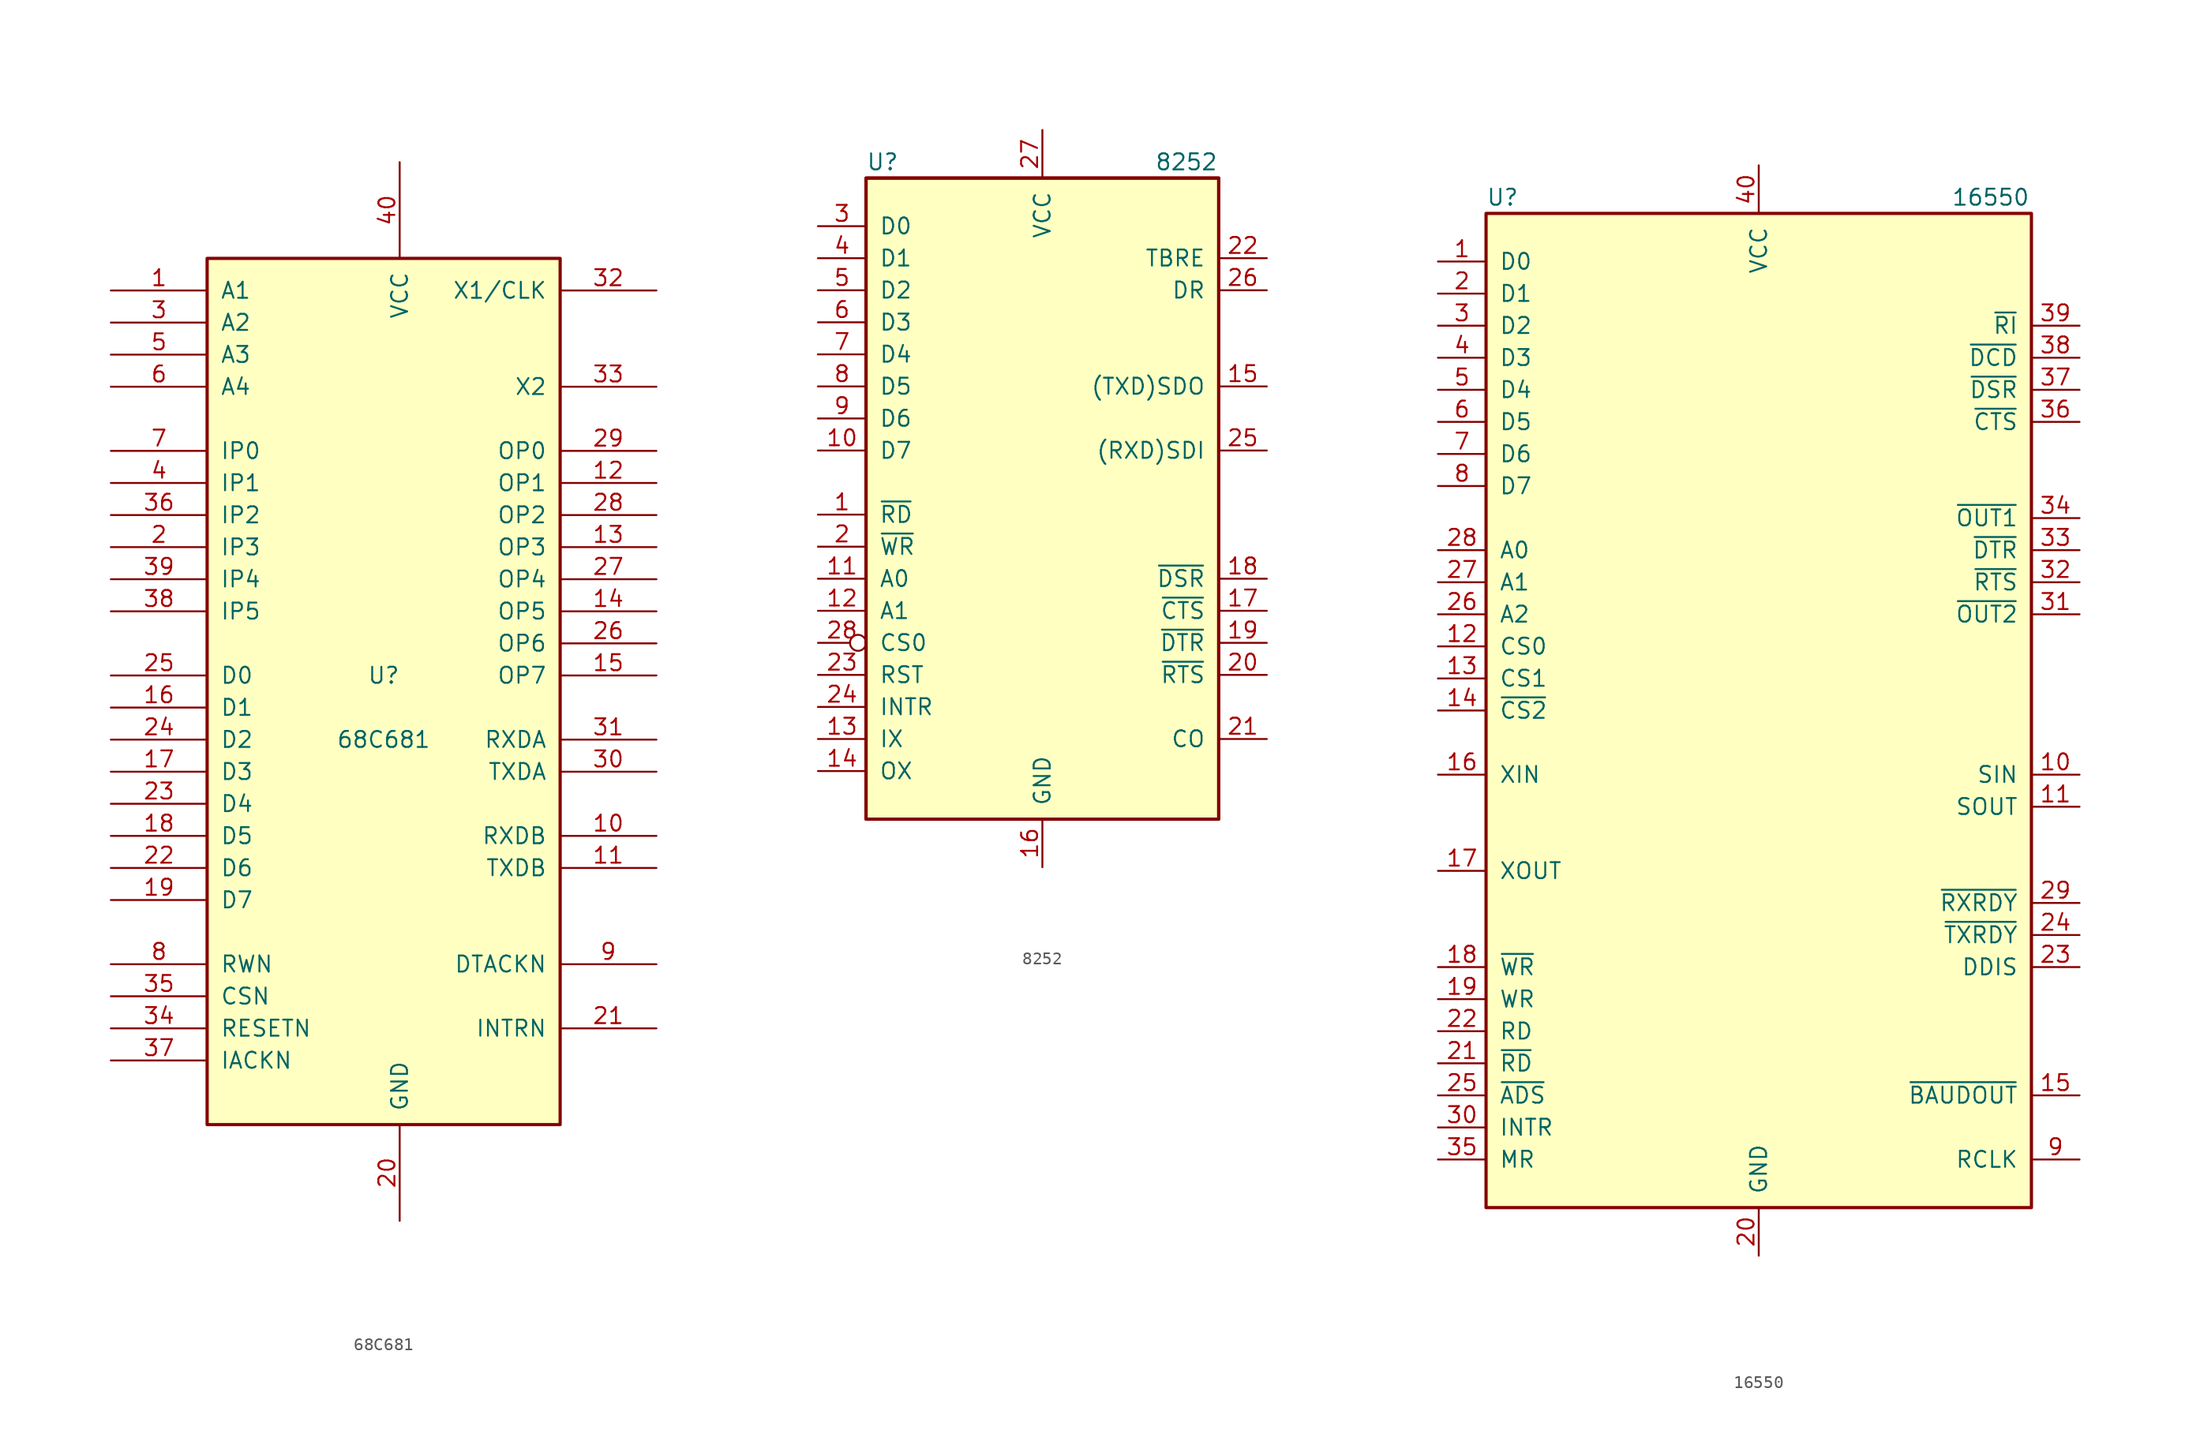
<source format=kicad_sym>
(kicad_symbol_lib
  (version 20201005)
  (generator kicad_symbol_editor)
  (symbol "68C681"
    (pin_names
      (offset 1.016))
    (property "Reference" "U"
      (at -1.27 2.54 0)
      (effects (font (size 1.27 1.27))))
    (property "Value" "68C681"
      (at -1.27 -2.54 0)
      (effects (font (size 1.27 1.27))))
    (symbol "68C681_0_1"
      (rectangle (start -15.24 -33.02) (end 12.7 35.56) (stroke (width 0.254)) (fill (type background))))
    (symbol "68C681_1_1"
      (pin input line (at -22.86 33.02 0) (length 7.62) (name "A1" (effects (font (size 1.27 1.27)))) (number "1" (effects (font (size 1.27 1.27)))))
      (pin input line (at 20.32 -10.16 180) (length 7.62) (name "RXDB" (effects (font (size 1.27 1.27)))) (number "10" (effects (font (size 1.27 1.27)))))
      (pin output line (at 20.32 -12.7 180) (length 7.62) (name "TXDB" (effects (font (size 1.27 1.27)))) (number "11" (effects (font (size 1.27 1.27)))))
      (pin output line (at 20.32 17.78 180) (length 7.62) (name "OP1" (effects (font (size 1.27 1.27)))) (number "12" (effects (font (size 1.27 1.27)))))
      (pin output line (at 20.32 12.7 180) (length 7.62) (name "OP3" (effects (font (size 1.27 1.27)))) (number "13" (effects (font (size 1.27 1.27)))))
      (pin output line (at 20.32 7.62 180) (length 7.62) (name "OP5" (effects (font (size 1.27 1.27)))) (number "14" (effects (font (size 1.27 1.27)))))
      (pin output line (at 20.32 2.54 180) (length 7.62) (name "OP7" (effects (font (size 1.27 1.27)))) (number "15" (effects (font (size 1.27 1.27)))))
      (pin input line (at -22.86 0 0) (length 7.62) (name "D1" (effects (font (size 1.27 1.27)))) (number "16" (effects (font (size 1.27 1.27)))))
      (pin input line (at -22.86 -5.08 0) (length 7.62) (name "D3" (effects (font (size 1.27 1.27)))) (number "17" (effects (font (size 1.27 1.27)))))
      (pin input line (at -22.86 -10.16 0) (length 7.62) (name "D5" (effects (font (size 1.27 1.27)))) (number "18" (effects (font (size 1.27 1.27)))))
      (pin input line (at -22.86 -15.24 0) (length 7.62) (name "D7" (effects (font (size 1.27 1.27)))) (number "19" (effects (font (size 1.27 1.27)))))
      (pin input line (at -22.86 12.7 0) (length 7.62) (name "IP3" (effects (font (size 1.27 1.27)))) (number "2" (effects (font (size 1.27 1.27)))))
      (pin power_in line (at 0 -40.64 90) (length 7.62) (name "GND" (effects (font (size 1.27 1.27)))) (number "20" (effects (font (size 1.27 1.27)))))
      (pin output line (at 20.32 -25.4 180) (length 7.62) (name "INTRN" (effects (font (size 1.27 1.27)))) (number "21" (effects (font (size 1.27 1.27)))))
      (pin input line (at -22.86 -12.7 0) (length 7.62) (name "D6" (effects (font (size 1.27 1.27)))) (number "22" (effects (font (size 1.27 1.27)))))
      (pin input line (at -22.86 -7.62 0) (length 7.62) (name "D4" (effects (font (size 1.27 1.27)))) (number "23" (effects (font (size 1.27 1.27)))))
      (pin input line (at -22.86 -2.54 0) (length 7.62) (name "D2" (effects (font (size 1.27 1.27)))) (number "24" (effects (font (size 1.27 1.27)))))
      (pin input line (at -22.86 2.54 0) (length 7.62) (name "D0" (effects (font (size 1.27 1.27)))) (number "25" (effects (font (size 1.27 1.27)))))
      (pin output line (at 20.32 5.08 180) (length 7.62) (name "OP6" (effects (font (size 1.27 1.27)))) (number "26" (effects (font (size 1.27 1.27)))))
      (pin output line (at 20.32 10.16 180) (length 7.62) (name "OP4" (effects (font (size 1.27 1.27)))) (number "27" (effects (font (size 1.27 1.27)))))
      (pin output line (at 20.32 15.24 180) (length 7.62) (name "OP2" (effects (font (size 1.27 1.27)))) (number "28" (effects (font (size 1.27 1.27)))))
      (pin output line (at 20.32 20.32 180) (length 7.62) (name "OP0" (effects (font (size 1.27 1.27)))) (number "29" (effects (font (size 1.27 1.27)))))
      (pin input line (at -22.86 30.48 0) (length 7.62) (name "A2" (effects (font (size 1.27 1.27)))) (number "3" (effects (font (size 1.27 1.27)))))
      (pin output line (at 20.32 -5.08 180) (length 7.62) (name "TXDA" (effects (font (size 1.27 1.27)))) (number "30" (effects (font (size 1.27 1.27)))))
      (pin input line (at 20.32 -2.54 180) (length 7.62) (name "RXDA" (effects (font (size 1.27 1.27)))) (number "31" (effects (font (size 1.27 1.27)))))
      (pin input line (at 20.32 33.02 180) (length 7.62) (name "X1/CLK" (effects (font (size 1.27 1.27)))) (number "32" (effects (font (size 1.27 1.27)))))
      (pin output line (at 20.32 25.4 180) (length 7.62) (name "X2" (effects (font (size 1.27 1.27)))) (number "33" (effects (font (size 1.27 1.27)))))
      (pin input line (at -22.86 -25.4 0) (length 7.62) (name "RESETN" (effects (font (size 1.27 1.27)))) (number "34" (effects (font (size 1.27 1.27)))))
      (pin input line (at -22.86 -22.86 0) (length 7.62) (name "CSN" (effects (font (size 1.27 1.27)))) (number "35" (effects (font (size 1.27 1.27)))))
      (pin input line (at -22.86 15.24 0) (length 7.62) (name "IP2" (effects (font (size 1.27 1.27)))) (number "36" (effects (font (size 1.27 1.27)))))
      (pin input line (at -22.86 -27.94 0) (length 7.62) (name "IACKN" (effects (font (size 1.27 1.27)))) (number "37" (effects (font (size 1.27 1.27)))))
      (pin input line (at -22.86 7.62 0) (length 7.62) (name "IP5" (effects (font (size 1.27 1.27)))) (number "38" (effects (font (size 1.27 1.27)))))
      (pin input line (at -22.86 10.16 0) (length 7.62) (name "IP4" (effects (font (size 1.27 1.27)))) (number "39" (effects (font (size 1.27 1.27)))))
      (pin input line (at -22.86 17.78 0) (length 7.62) (name "IP1" (effects (font (size 1.27 1.27)))) (number "4" (effects (font (size 1.27 1.27)))))
      (pin power_in line (at 0 43.18 270) (length 7.62) (name "VCC" (effects (font (size 1.27 1.27)))) (number "40" (effects (font (size 1.27 1.27)))))
      (pin input line (at -22.86 27.94 0) (length 7.62) (name "A3" (effects (font (size 1.27 1.27)))) (number "5" (effects (font (size 1.27 1.27)))))
      (pin input line (at -22.86 25.4 0) (length 7.62) (name "A4" (effects (font (size 1.27 1.27)))) (number "6" (effects (font (size 1.27 1.27)))))
      (pin input line (at -22.86 20.32 0) (length 7.62) (name "IP0" (effects (font (size 1.27 1.27)))) (number "7" (effects (font (size 1.27 1.27)))))
      (pin input line (at -22.86 -20.32 0) (length 7.62) (name "RWN" (effects (font (size 1.27 1.27)))) (number "8" (effects (font (size 1.27 1.27)))))
      (pin output line (at 20.32 -20.32 180) (length 7.62) (name "DTACKN" (effects (font (size 1.27 1.27)))) (number "9" (effects (font (size 1.27 1.27)))))))
  (symbol "8252"
    (pin_names
      (offset 1.016))
    (property "Reference" "U"
      (at -13.97 25.4 0)
      (effects (font (size 1.27 1.27)) (justify left)))
    (property "Value" "8252"
      (at 8.89 25.4 0)
      (effects (font (size 1.27 1.27)) (justify left)))
    (symbol "8252_0_1"
      (rectangle (start -13.97 -26.67) (end 13.97 24.13) (stroke (width 0.254)) (fill (type background)))
      (rectangle (start -13.97 -26.67) (end 13.97 24.13) (stroke (width 0.254)) (fill (type background))))
    (symbol "8252_1_1"
      (pin input line (at -17.78 -2.54 0) (length 3.81) (name "~RD~" (effects (font (size 1.27 1.27)))) (number "1" (effects (font (size 1.27 1.27)))))
      (pin bidirectional line (at -17.78 2.54 0) (length 3.81) (name "D7" (effects (font (size 1.27 1.27)))) (number "10" (effects (font (size 1.27 1.27)))))
      (pin input line (at -17.78 -7.62 0) (length 3.81) (name "A0" (effects (font (size 1.27 1.27)))) (number "11" (effects (font (size 1.27 1.27)))))
      (pin input line (at -17.78 -10.16 0) (length 3.81) (name "A1" (effects (font (size 1.27 1.27)))) (number "12" (effects (font (size 1.27 1.27)))))
      (pin input line (at -17.78 -20.32 0) (length 3.81) (name "IX" (effects (font (size 1.27 1.27)))) (number "13" (effects (font (size 1.27 1.27)))))
      (pin output line (at -17.78 -22.86 0) (length 3.81) (name "OX" (effects (font (size 1.27 1.27)))) (number "14" (effects (font (size 1.27 1.27)))))
      (pin output line (at 17.78 7.62 180) (length 3.81) (name "(TXD)SDO" (effects (font (size 1.27 1.27)))) (number "15" (effects (font (size 1.27 1.27)))))
      (pin power_in line (at 0 -30.48 90) (length 3.81) (name "GND" (effects (font (size 1.27 1.27)))) (number "16" (effects (font (size 1.27 1.27)))))
      (pin input line (at 17.78 -10.16 180) (length 3.81) (name "~CTS~" (effects (font (size 1.27 1.27)))) (number "17" (effects (font (size 1.27 1.27)))))
      (pin input line (at 17.78 -7.62 180) (length 3.81) (name "~DSR~" (effects (font (size 1.27 1.27)))) (number "18" (effects (font (size 1.27 1.27)))))
      (pin output line (at 17.78 -12.7 180) (length 3.81) (name "~DTR~" (effects (font (size 1.27 1.27)))) (number "19" (effects (font (size 1.27 1.27)))))
      (pin input line (at -17.78 -5.08 0) (length 3.81) (name "~WR~" (effects (font (size 1.27 1.27)))) (number "2" (effects (font (size 1.27 1.27)))))
      (pin output line (at 17.78 -15.24 180) (length 3.81) (name "~RTS~" (effects (font (size 1.27 1.27)))) (number "20" (effects (font (size 1.27 1.27)))))
      (pin output line (at 17.78 -20.32 180) (length 3.81) (name "CO" (effects (font (size 1.27 1.27)))) (number "21" (effects (font (size 1.27 1.27)))))
      (pin output line (at 17.78 17.78 180) (length 3.81) (name "TBRE" (effects (font (size 1.27 1.27)))) (number "22" (effects (font (size 1.27 1.27)))))
      (pin input line (at -17.78 -15.24 0) (length 3.81) (name "RST" (effects (font (size 1.27 1.27)))) (number "23" (effects (font (size 1.27 1.27)))))
      (pin output line (at -17.78 -17.78 0) (length 3.81) (name "INTR" (effects (font (size 1.27 1.27)))) (number "24" (effects (font (size 1.27 1.27)))))
      (pin input line (at 17.78 2.54 180) (length 3.81) (name "(RXD)SDI" (effects (font (size 1.27 1.27)))) (number "25" (effects (font (size 1.27 1.27)))))
      (pin output line (at 17.78 15.24 180) (length 3.81) (name "DR" (effects (font (size 1.27 1.27)))) (number "26" (effects (font (size 1.27 1.27)))))
      (pin power_in line (at 0 27.94 270) (length 3.81) (name "VCC" (effects (font (size 1.27 1.27)))) (number "27" (effects (font (size 1.27 1.27)))))
      (pin input inverted (at -17.78 -12.7 0) (length 3.81) (name "CS0" (effects (font (size 1.27 1.27)))) (number "28" (effects (font (size 1.27 1.27)))))
      (pin bidirectional line (at -17.78 20.32 0) (length 3.81) (name "D0" (effects (font (size 1.27 1.27)))) (number "3" (effects (font (size 1.27 1.27)))))
      (pin bidirectional line (at -17.78 17.78 0) (length 3.81) (name "D1" (effects (font (size 1.27 1.27)))) (number "4" (effects (font (size 1.27 1.27)))))
      (pin bidirectional line (at -17.78 15.24 0) (length 3.81) (name "D2" (effects (font (size 1.27 1.27)))) (number "5" (effects (font (size 1.27 1.27)))))
      (pin bidirectional line (at -17.78 12.7 0) (length 3.81) (name "D3" (effects (font (size 1.27 1.27)))) (number "6" (effects (font (size 1.27 1.27)))))
      (pin bidirectional line (at -17.78 10.16 0) (length 3.81) (name "D4" (effects (font (size 1.27 1.27)))) (number "7" (effects (font (size 1.27 1.27)))))
      (pin bidirectional line (at -17.78 7.62 0) (length 3.81) (name "D5" (effects (font (size 1.27 1.27)))) (number "8" (effects (font (size 1.27 1.27)))))
      (pin bidirectional line (at -17.78 5.08 0) (length 3.81) (name "D6" (effects (font (size 1.27 1.27)))) (number "9" (effects (font (size 1.27 1.27)))))))
  (symbol "16550"
    (pin_names
      (offset 1.016))
    (property "Reference" "U"
      (at -21.59 40.64 0)
      (effects (font (size 1.27 1.27)) (justify left)))
    (property "Value" "16550"
      (at 15.24 40.64 0)
      (effects (font (size 1.27 1.27)) (justify left)))
    (symbol "16550_0_1"
      (rectangle (start -21.59 -39.37) (end 21.59 39.37) (stroke (width 0.254)) (fill (type background))))
    (symbol "16550_1_1"
      (pin bidirectional line (at -25.4 35.56 0) (length 3.81) (name "D0" (effects (font (size 1.27 1.27)))) (number "1" (effects (font (size 1.27 1.27)))))
      (pin input line (at 25.4 -5.08 180) (length 3.81) (name "SIN" (effects (font (size 1.27 1.27)))) (number "10" (effects (font (size 1.27 1.27)))))
      (pin output line (at 25.4 -7.62 180) (length 3.81) (name "SOUT" (effects (font (size 1.27 1.27)))) (number "11" (effects (font (size 1.27 1.27)))))
      (pin input line (at -25.4 5.08 0) (length 3.81) (name "CS0" (effects (font (size 1.27 1.27)))) (number "12" (effects (font (size 1.27 1.27)))))
      (pin input line (at -25.4 2.54 0) (length 3.81) (name "CS1" (effects (font (size 1.27 1.27)))) (number "13" (effects (font (size 1.27 1.27)))))
      (pin input line (at -25.4 0 0) (length 3.81) (name "~CS2~" (effects (font (size 1.27 1.27)))) (number "14" (effects (font (size 1.27 1.27)))))
      (pin output line (at 25.4 -30.48 180) (length 3.81) (name "~BAUDOUT~" (effects (font (size 1.27 1.27)))) (number "15" (effects (font (size 1.27 1.27)))))
      (pin input line (at -25.4 -5.08 0) (length 3.81) (name "XIN" (effects (font (size 1.27 1.27)))) (number "16" (effects (font (size 1.27 1.27)))))
      (pin output line (at -25.4 -12.7 0) (length 3.81) (name "XOUT" (effects (font (size 1.27 1.27)))) (number "17" (effects (font (size 1.27 1.27)))))
      (pin input line (at -25.4 -20.32 0) (length 3.81) (name "~WR~" (effects (font (size 1.27 1.27)))) (number "18" (effects (font (size 1.27 1.27)))))
      (pin input line (at -25.4 -22.86 0) (length 3.81) (name "WR" (effects (font (size 1.27 1.27)))) (number "19" (effects (font (size 1.27 1.27)))))
      (pin bidirectional line (at -25.4 33.02 0) (length 3.81) (name "D1" (effects (font (size 1.27 1.27)))) (number "2" (effects (font (size 1.27 1.27)))))
      (pin power_in line (at 0 -43.18 90) (length 3.81) (name "GND" (effects (font (size 1.27 1.27)))) (number "20" (effects (font (size 1.27 1.27)))))
      (pin input line (at -25.4 -27.94 0) (length 3.81) (name "~RD~" (effects (font (size 1.27 1.27)))) (number "21" (effects (font (size 1.27 1.27)))))
      (pin input line (at -25.4 -25.4 0) (length 3.81) (name "RD" (effects (font (size 1.27 1.27)))) (number "22" (effects (font (size 1.27 1.27)))))
      (pin output line (at 25.4 -20.32 180) (length 3.81) (name "DDIS" (effects (font (size 1.27 1.27)))) (number "23" (effects (font (size 1.27 1.27)))))
      (pin output line (at 25.4 -17.78 180) (length 3.81) (name "~TXRDY~" (effects (font (size 1.27 1.27)))) (number "24" (effects (font (size 1.27 1.27)))))
      (pin input line (at -25.4 -30.48 0) (length 3.81) (name "~ADS~" (effects (font (size 1.27 1.27)))) (number "25" (effects (font (size 1.27 1.27)))))
      (pin input line (at -25.4 7.62 0) (length 3.81) (name "A2" (effects (font (size 1.27 1.27)))) (number "26" (effects (font (size 1.27 1.27)))))
      (pin input line (at -25.4 10.16 0) (length 3.81) (name "A1" (effects (font (size 1.27 1.27)))) (number "27" (effects (font (size 1.27 1.27)))))
      (pin input line (at -25.4 12.7 0) (length 3.81) (name "A0" (effects (font (size 1.27 1.27)))) (number "28" (effects (font (size 1.27 1.27)))))
      (pin output line (at 25.4 -15.24 180) (length 3.81) (name "~RXRDY~" (effects (font (size 1.27 1.27)))) (number "29" (effects (font (size 1.27 1.27)))))
      (pin bidirectional line (at -25.4 30.48 0) (length 3.81) (name "D2" (effects (font (size 1.27 1.27)))) (number "3" (effects (font (size 1.27 1.27)))))
      (pin output line (at -25.4 -33.02 0) (length 3.81) (name "INTR" (effects (font (size 1.27 1.27)))) (number "30" (effects (font (size 1.27 1.27)))))
      (pin output line (at 25.4 7.62 180) (length 3.81) (name "~OUT2~" (effects (font (size 1.27 1.27)))) (number "31" (effects (font (size 1.27 1.27)))))
      (pin output line (at 25.4 10.16 180) (length 3.81) (name "~RTS~" (effects (font (size 1.27 1.27)))) (number "32" (effects (font (size 1.27 1.27)))))
      (pin output line (at 25.4 12.7 180) (length 3.81) (name "~DTR~" (effects (font (size 1.27 1.27)))) (number "33" (effects (font (size 1.27 1.27)))))
      (pin output line (at 25.4 15.24 180) (length 3.81) (name "~OUT1~" (effects (font (size 1.27 1.27)))) (number "34" (effects (font (size 1.27 1.27)))))
      (pin input line (at -25.4 -35.56 0) (length 3.81) (name "MR" (effects (font (size 1.27 1.27)))) (number "35" (effects (font (size 1.27 1.27)))))
      (pin input line (at 25.4 22.86 180) (length 3.81) (name "~CTS~" (effects (font (size 1.27 1.27)))) (number "36" (effects (font (size 1.27 1.27)))))
      (pin input line (at 25.4 25.4 180) (length 3.81) (name "~DSR~" (effects (font (size 1.27 1.27)))) (number "37" (effects (font (size 1.27 1.27)))))
      (pin input line (at 25.4 27.94 180) (length 3.81) (name "~DCD~" (effects (font (size 1.27 1.27)))) (number "38" (effects (font (size 1.27 1.27)))))
      (pin input line (at 25.4 30.48 180) (length 3.81) (name "~RI~" (effects (font (size 1.27 1.27)))) (number "39" (effects (font (size 1.27 1.27)))))
      (pin bidirectional line (at -25.4 27.94 0) (length 3.81) (name "D3" (effects (font (size 1.27 1.27)))) (number "4" (effects (font (size 1.27 1.27)))))
      (pin power_in line (at 0 43.18 270) (length 3.81) (name "VCC" (effects (font (size 1.27 1.27)))) (number "40" (effects (font (size 1.27 1.27)))))
      (pin bidirectional line (at -25.4 25.4 0) (length 3.81) (name "D4" (effects (font (size 1.27 1.27)))) (number "5" (effects (font (size 1.27 1.27)))))
      (pin bidirectional line (at -25.4 22.86 0) (length 3.81) (name "D5" (effects (font (size 1.27 1.27)))) (number "6" (effects (font (size 1.27 1.27)))))
      (pin bidirectional line (at -25.4 20.32 0) (length 3.81) (name "D6" (effects (font (size 1.27 1.27)))) (number "7" (effects (font (size 1.27 1.27)))))
      (pin bidirectional line (at -25.4 17.78 0) (length 3.81) (name "D7" (effects (font (size 1.27 1.27)))) (number "8" (effects (font (size 1.27 1.27)))))
      (pin input line (at 25.4 -35.56 180) (length 3.81) (name "RCLK" (effects (font (size 1.27 1.27)))) (number "9" (effects (font (size 1.27 1.27))))))))
</source>
